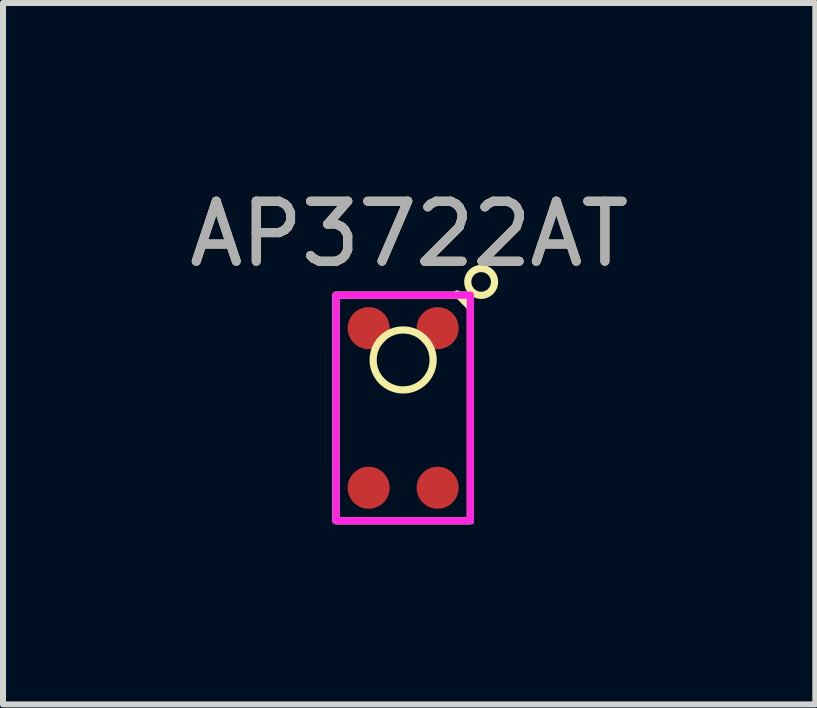
<source format=kicad_pcb>
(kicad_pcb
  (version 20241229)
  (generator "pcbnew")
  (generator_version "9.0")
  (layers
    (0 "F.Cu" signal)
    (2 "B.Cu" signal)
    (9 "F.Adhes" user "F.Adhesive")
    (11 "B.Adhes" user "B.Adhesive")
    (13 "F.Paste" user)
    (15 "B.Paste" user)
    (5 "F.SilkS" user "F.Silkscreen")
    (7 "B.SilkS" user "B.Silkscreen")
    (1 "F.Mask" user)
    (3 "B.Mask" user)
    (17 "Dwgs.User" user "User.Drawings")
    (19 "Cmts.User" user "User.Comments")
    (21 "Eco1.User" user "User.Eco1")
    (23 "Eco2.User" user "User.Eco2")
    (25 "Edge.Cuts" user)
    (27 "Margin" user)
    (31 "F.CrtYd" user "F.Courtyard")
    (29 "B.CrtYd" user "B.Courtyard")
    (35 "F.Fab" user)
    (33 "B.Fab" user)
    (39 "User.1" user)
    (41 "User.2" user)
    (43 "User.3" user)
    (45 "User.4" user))
  (footprint "AP3722AT"
    (layer "F.Cu")
    (at 3.668 3.748)
    (property "Reference" "AP3722AT" (at 0.1 -2.9 0) (unlocked yes) (layer "F.SilkS") (effects (font (size 1 1) (thickness 0.15))))
    (attr smd)
    (fp_line (start 0.9 -1.9) (end 1.1 -1.7) (stroke (width 0.12) (type default)) (layer "F.SilkS"))
    (fp_rect (start -1.12 -1.88) (end 1.12 1.88) (stroke (width 0.12) (type default)) (fill no) (layer "F.SilkS"))
    (fp_circle (center 0 -0.8) (end 0.5 -0.8) (stroke (width 0.12) (type default)) (fill no) (layer "F.SilkS"))
    (fp_circle (center 1.3 -2.1) (end 1.4 -1.9) (stroke (width 0.12) (type default)) (fill no) (layer "F.SilkS"))
    (fp_rect (start -1.12 -1.88) (end 1.12 1.88) (stroke (width 0.12) (type default)) (fill no) (layer "F.CrtYd"))
    (fp_text user "${REFERENCE}" (at 0.1 -2.9 0) (unlocked yes) (layer "F.Fab") (effects (font (size 1 1) (thickness 0.15))))
    (pad "1" smd circle (at 0.575 -1.33) (size 0.7 0.7) (layers "F.Cu" "F.Mask" "F.Paste"))
    (pad "2" smd circle (at 0.575 1.33) (size 0.7 0.7) (layers "F.Cu" "F.Mask" "F.Paste"))
    (pad "3" smd circle (at -0.575 1.33) (size 0.7 0.7) (layers "F.Cu" "F.Mask" "F.Paste"))
    (pad "4" smd circle (at -0.575 -1.33) (size 0.7 0.7) (layers "F.Cu" "F.Mask" "F.Paste")))
  (gr_rect
    (start -3 -3)
    (end 10.536 8.688)
    (stroke (width 0.1) (type default))
    (fill no)
    (layer "Edge.Cuts")))
</source>
